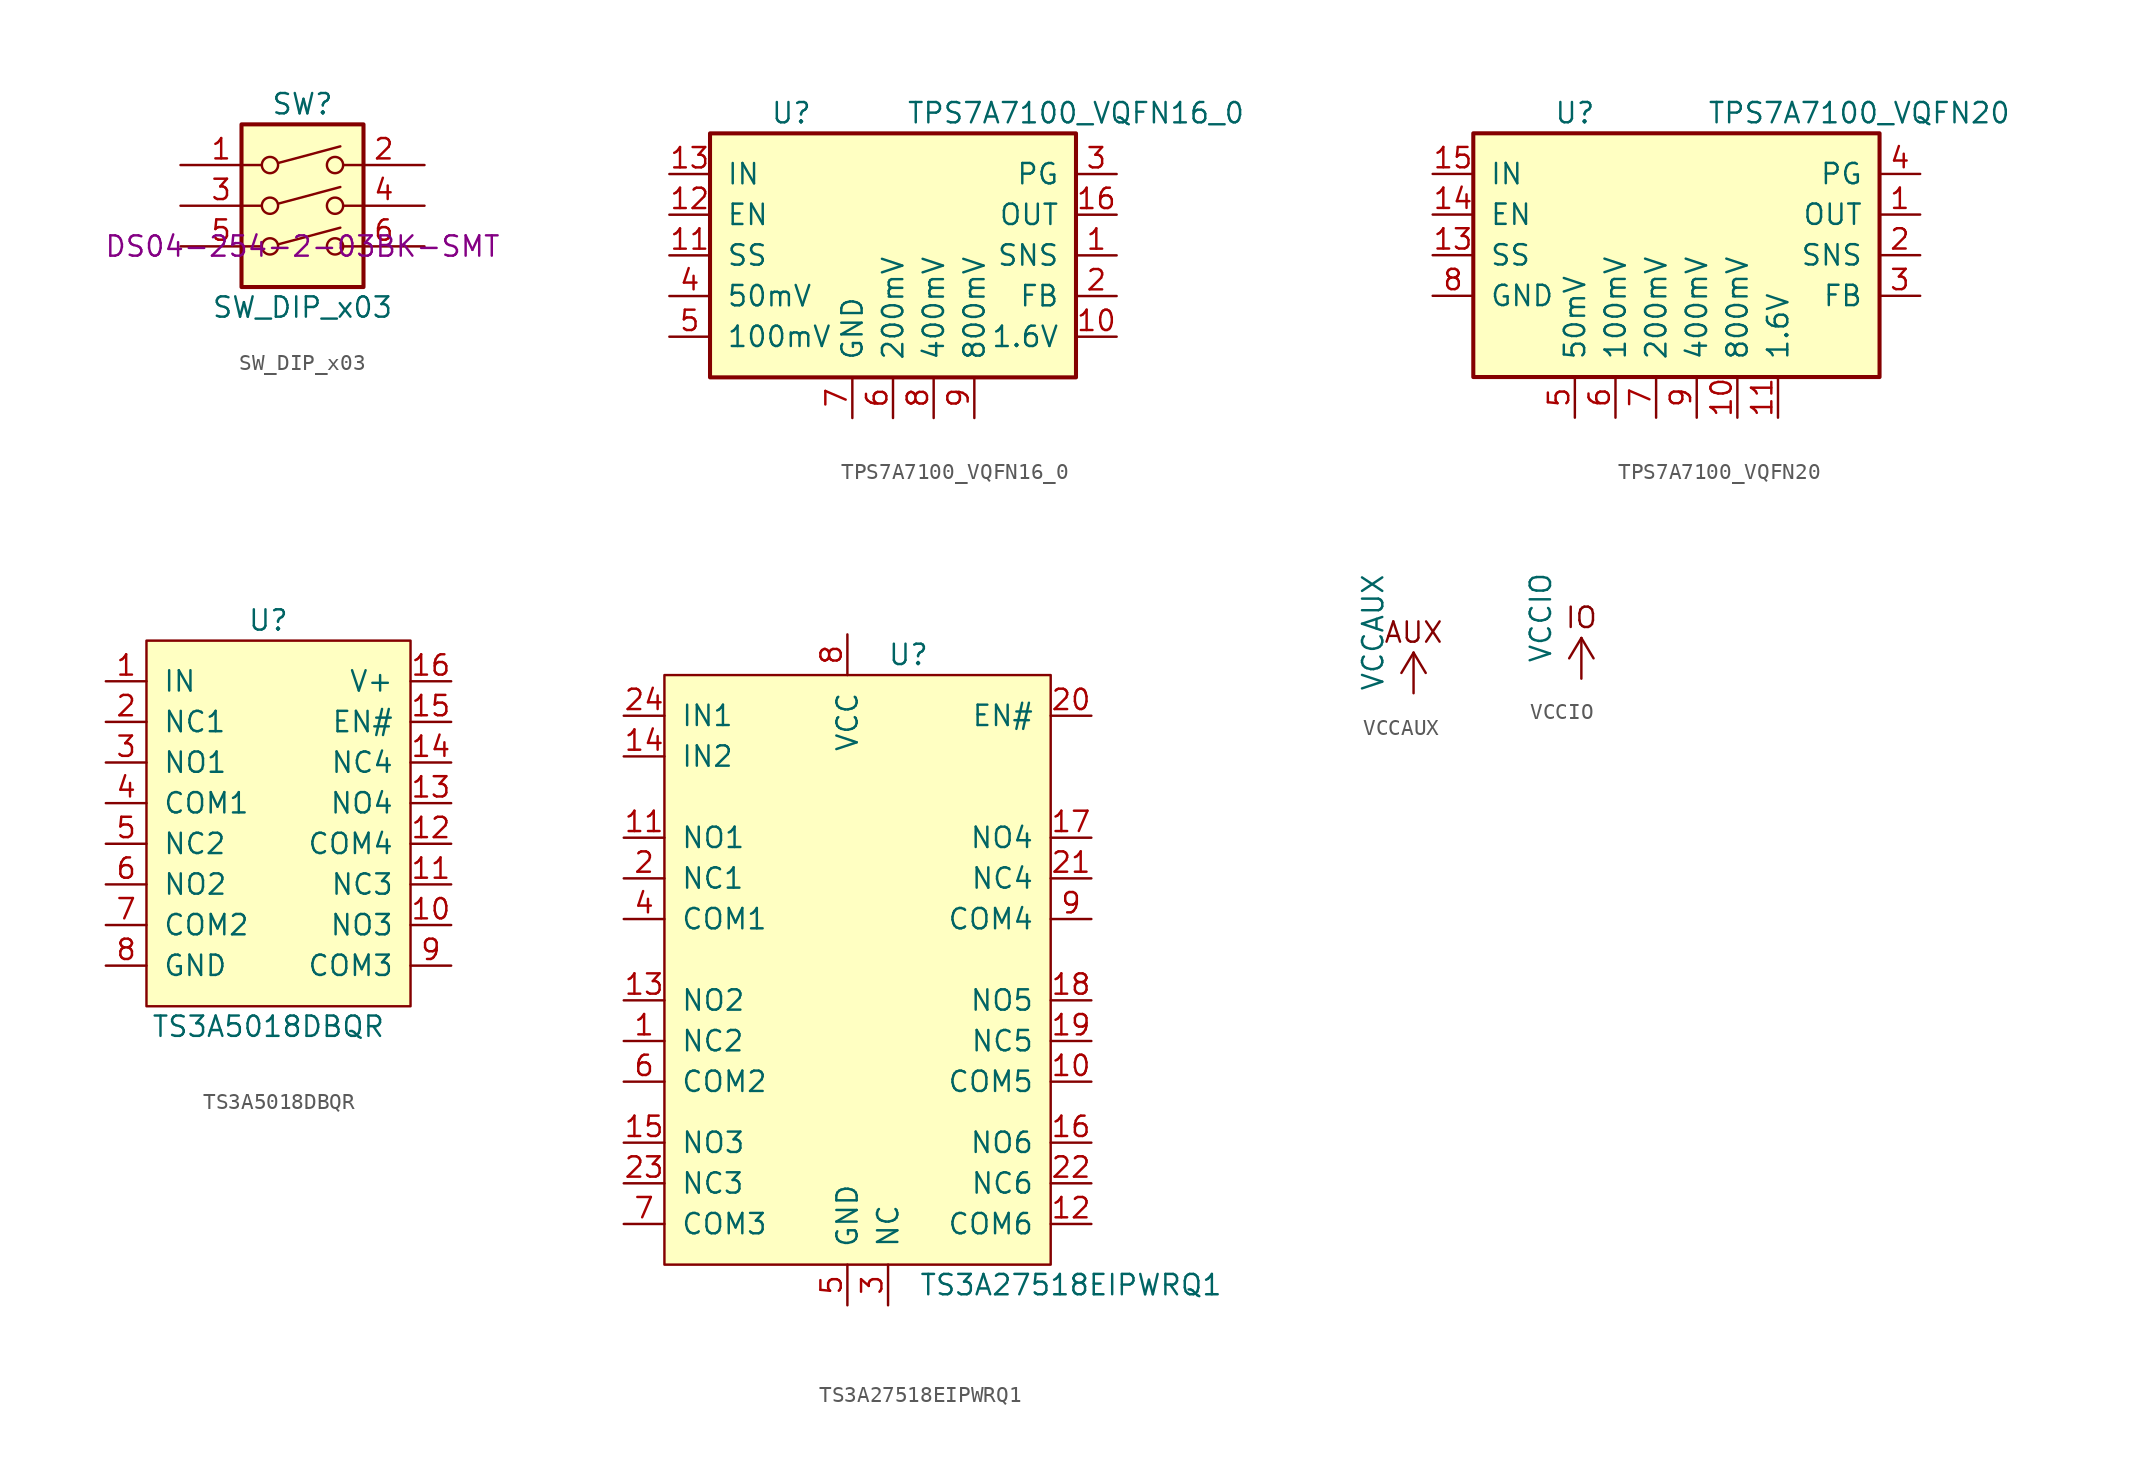
<source format=kicad_sym>
(kicad_symbol_lib
  (version 20211014)
  (generator kicad_symbol_editor)
  (symbol "SW_DIP_x03"
    (pin_names
      (offset 0) hide)
    (property "Reference" "SW"
      (at 0 8.89 0)
      (effects (font (size 1.27 1.27))))
    (property "Value" "SW_DIP_x03"
      (at 0 -3.81 0)
      (effects (font (size 1.27 1.27))))
    (property "MPN" "DS04-254-2-03BK-SMT"
      (at 0 0 0)
      (effects (font (size 1.27 1.27))))
    (symbol "SW_DIP_x03_0_0"
      (circle (center -2.032 0) (radius 0.508) (stroke (width 0) (type default) (color 0 0 0 0)) (fill (type none)))
      (circle (center -2.032 2.54) (radius 0.508) (stroke (width 0) (type default) (color 0 0 0 0)) (fill (type none)))
      (circle (center -2.032 5.08) (radius 0.508) (stroke (width 0) (type default) (color 0 0 0 0)) (fill (type none)))
      (polyline (pts (xy -1.524 0.127) (xy 2.362 1.168)) (stroke (width 0) (type default) (color 0 0 0 0)) (fill (type none)))
      (polyline (pts (xy -1.524 2.667) (xy 2.362 3.708)) (stroke (width 0) (type default) (color 0 0 0 0)) (fill (type none)))
      (polyline (pts (xy -1.524 5.207) (xy 2.362 6.248)) (stroke (width 0) (type default) (color 0 0 0 0)) (fill (type none)))
      (circle (center 2.032 0) (radius 0.508) (stroke (width 0) (type default) (color 0 0 0 0)) (fill (type none)))
      (circle (center 2.032 2.54) (radius 0.508) (stroke (width 0) (type default) (color 0 0 0 0)) (fill (type none)))
      (circle (center 2.032 5.08) (radius 0.508) (stroke (width 0) (type default) (color 0 0 0 0)) (fill (type none))))
    (symbol "SW_DIP_x03_0_1"
      (rectangle (start -3.81 7.62) (end 3.81 -2.54) (stroke (width 0.254) (type default) (color 0 0 0 0)) (fill (type background))))
    (symbol "SW_DIP_x03_1_1"
      (pin passive line (at -7.62 5.08 0) (length 5.08) (name "~" (effects (font (size 1.27 1.27)))) (number "1" (effects (font (size 1.27 1.27)))))
      (pin passive line (at 7.62 5.08 180) (length 5.08) (name "~" (effects (font (size 1.27 1.27)))) (number "2" (effects (font (size 1.27 1.27)))))
      (pin passive line (at -7.62 2.54 0) (length 5.08) (name "~" (effects (font (size 1.27 1.27)))) (number "3" (effects (font (size 1.27 1.27)))))
      (pin passive line (at 7.62 2.54 180) (length 5.08) (name "~" (effects (font (size 1.27 1.27)))) (number "4" (effects (font (size 1.27 1.27)))))
      (pin passive line (at -7.62 0 0) (length 5.08) (name "~" (effects (font (size 1.27 1.27)))) (number "5" (effects (font (size 1.27 1.27)))))
      (pin passive line (at 7.62 0 180) (length 5.08) (name "~" (effects (font (size 1.27 1.27)))) (number "6" (effects (font (size 1.27 1.27)))))))
  (symbol "TPS7A7100_VQFN16_0"
    (pin_names
      (offset 1.016))
    (property "Reference" "U"
      (at -6.35 8.89 0)
      (effects (font (size 1.27 1.27))))
    (property "Value" "TPS7A7100_VQFN16_0"
      (at 11.43 8.89 0)
      (effects (font (size 1.27 1.27))))
    (symbol "TPS7A7100_VQFN16_0_0_1"
      (rectangle (start -11.43 7.62) (end 11.43 -7.62) (stroke (width 0.254) (type default) (color 0 0 0 0)) (fill (type background))))
    (symbol "TPS7A7100_VQFN16_0_1_1"
      (pin input line (at 13.97 0 180) (length 2.54) (name "SNS" (effects (font (size 1.27 1.27)))) (number "1" (effects (font (size 1.27 1.27)))))
      (pin input line (at 13.97 -5.08 180) (length 2.54) (name "1.6V" (effects (font (size 1.27 1.27)))) (number "10" (effects (font (size 1.27 1.27)))))
      (pin input line (at -13.97 0 0) (length 2.54) (name "SS" (effects (font (size 1.27 1.27)))) (number "11" (effects (font (size 1.27 1.27)))))
      (pin input line (at -13.97 2.54 0) (length 2.54) (name "EN" (effects (font (size 1.27 1.27)))) (number "12" (effects (font (size 1.27 1.27)))))
      (pin power_in line (at -13.97 5.08 0) (length 2.54) (name "IN" (effects (font (size 1.27 1.27)))) (number "13" (effects (font (size 1.27 1.27)))))
      (pin passive line (at -13.97 5.08 0) (length 2.54) hide (name "IN" (effects (font (size 1.27 1.27)))) (number "14" (effects (font (size 1.27 1.27)))))
      (pin passive line (at 13.97 2.54 180) (length 2.54) hide (name "OUT" (effects (font (size 1.27 1.27)))) (number "15" (effects (font (size 1.27 1.27)))))
      (pin power_out line (at 13.97 2.54 180) (length 2.54) (name "OUT" (effects (font (size 1.27 1.27)))) (number "16" (effects (font (size 1.27 1.27)))))
      (pin input line (at 13.97 -2.54 180) (length 2.54) (name "FB" (effects (font (size 1.27 1.27)))) (number "2" (effects (font (size 1.27 1.27)))))
      (pin output line (at 13.97 5.08 180) (length 2.54) (name "PG" (effects (font (size 1.27 1.27)))) (number "3" (effects (font (size 1.27 1.27)))))
      (pin input line (at -13.97 -2.54 0) (length 2.54) (name "50mV" (effects (font (size 1.27 1.27)))) (number "4" (effects (font (size 1.27 1.27)))))
      (pin input line (at -13.97 -5.08 0) (length 2.54) (name "100mV" (effects (font (size 1.27 1.27)))) (number "5" (effects (font (size 1.27 1.27)))))
      (pin input line (at 0 -10.16 90) (length 2.54) (name "200mV" (effects (font (size 1.27 1.27)))) (number "6" (effects (font (size 1.27 1.27)))))
      (pin power_in line (at -2.54 -10.16 90) (length 2.54) (name "GND" (effects (font (size 1.27 1.27)))) (number "7" (effects (font (size 1.27 1.27)))))
      (pin input line (at 2.54 -10.16 90) (length 2.54) (name "400mV" (effects (font (size 1.27 1.27)))) (number "8" (effects (font (size 1.27 1.27)))))
      (pin input line (at 5.08 -10.16 90) (length 2.54) (name "800mV" (effects (font (size 1.27 1.27)))) (number "9" (effects (font (size 1.27 1.27)))))))
  (symbol "TPS7A7100_VQFN20"
    (pin_names
      (offset 1.016))
    (property "Reference" "U"
      (at -6.35 8.89 0)
      (effects (font (size 1.27 1.27))))
    (property "Value" "TPS7A7100_VQFN20"
      (at 11.43 8.89 0)
      (effects (font (size 1.27 1.27))))
    (symbol "TPS7A7100_VQFN20_0_1"
      (rectangle (start -12.7 7.62) (end 12.7 -7.62) (stroke (width 0.254) (type default) (color 0 0 0 0)) (fill (type background))))
    (symbol "TPS7A7100_VQFN20_1_1"
      (pin power_out line (at 15.24 2.54 180) (length 2.54) (name "OUT" (effects (font (size 1.27 1.27)))) (number "1" (effects (font (size 1.27 1.27)))))
      (pin input line (at 3.81 -10.16 90) (length 2.54) (name "800mV" (effects (font (size 1.27 1.27)))) (number "10" (effects (font (size 1.27 1.27)))))
      (pin input line (at 6.35 -10.16 90) (length 2.54) (name "1.6V" (effects (font (size 1.27 1.27)))) (number "11" (effects (font (size 1.27 1.27)))))
      (pin power_in line (at -15.24 -5.08 0) (length 2.54) hide (name "GND" (effects (font (size 1.27 1.27)))) (number "12" (effects (font (size 1.27 1.27)))))
      (pin input line (at -15.24 0 0) (length 2.54) (name "SS" (effects (font (size 1.27 1.27)))) (number "13" (effects (font (size 1.27 1.27)))))
      (pin input line (at -15.24 2.54 0) (length 2.54) (name "EN" (effects (font (size 1.27 1.27)))) (number "14" (effects (font (size 1.27 1.27)))))
      (pin power_in line (at -15.24 5.08 0) (length 2.54) (name "IN" (effects (font (size 1.27 1.27)))) (number "15" (effects (font (size 1.27 1.27)))))
      (pin power_in line (at -15.24 5.08 0) (length 2.54) hide (name "IN" (effects (font (size 1.27 1.27)))) (number "16" (effects (font (size 1.27 1.27)))))
      (pin power_in line (at -15.24 5.08 0) (length 2.54) hide (name "IN" (effects (font (size 1.27 1.27)))) (number "17" (effects (font (size 1.27 1.27)))))
      (pin power_in line (at -15.24 -2.54 0) (length 2.54) hide (name "GND" (effects (font (size 1.27 1.27)))) (number "18" (effects (font (size 1.27 1.27)))))
      (pin power_out line (at 15.24 2.54 180) (length 2.54) hide (name "OUT" (effects (font (size 1.27 1.27)))) (number "19" (effects (font (size 1.27 1.27)))))
      (pin input line (at 15.24 0 180) (length 2.54) (name "SNS" (effects (font (size 1.27 1.27)))) (number "2" (effects (font (size 1.27 1.27)))))
      (pin power_out line (at 15.24 2.54 180) (length 2.54) hide (name "OUT" (effects (font (size 1.27 1.27)))) (number "20" (effects (font (size 1.27 1.27)))))
      (pin power_in line (at -15.24 -2.54 0) (length 2.54) hide (name "GND" (effects (font (size 1.27 1.27)))) (number "21" (effects (font (size 1.27 1.27)))))
      (pin input line (at 15.24 -2.54 180) (length 2.54) (name "FB" (effects (font (size 1.27 1.27)))) (number "3" (effects (font (size 1.27 1.27)))))
      (pin output line (at 15.24 5.08 180) (length 2.54) (name "PG" (effects (font (size 1.27 1.27)))) (number "4" (effects (font (size 1.27 1.27)))))
      (pin input line (at -6.35 -10.16 90) (length 2.54) (name "50mV" (effects (font (size 1.27 1.27)))) (number "5" (effects (font (size 1.27 1.27)))))
      (pin input line (at -3.81 -10.16 90) (length 2.54) (name "100mV" (effects (font (size 1.27 1.27)))) (number "6" (effects (font (size 1.27 1.27)))))
      (pin input line (at -1.27 -10.16 90) (length 2.54) (name "200mV" (effects (font (size 1.27 1.27)))) (number "7" (effects (font (size 1.27 1.27)))))
      (pin power_in line (at -15.24 -2.54 0) (length 2.54) (name "GND" (effects (font (size 1.27 1.27)))) (number "8" (effects (font (size 1.27 1.27)))))
      (pin input line (at 1.27 -10.16 90) (length 2.54) (name "400mV" (effects (font (size 1.27 1.27)))) (number "9" (effects (font (size 1.27 1.27)))))))
  (symbol "TS3A5018DBQR"
    (pin_names
      (offset 1.016))
    (property "Reference" "U"
      (at 7.62 1.27 0)
      (effects (font (size 1.27 1.27))))
    (property "Value" "TS3A5018DBQR"
      (at 7.62 -24.13 0)
      (effects (font (size 1.27 1.27))))
    (symbol "TS3A5018DBQR_0_1"
      (rectangle (start 0 0) (end 16.51 -22.86) (stroke (width 0) (type default) (color 0 0 0 0)) (fill (type background))))
    (symbol "TS3A5018DBQR_1_1"
      (pin passive line (at -2.54 -2.54 0) (length 2.54) (name "IN" (effects (font (size 1.27 1.27)))) (number "1" (effects (font (size 1.27 1.27)))))
      (pin passive line (at 19.05 -17.78 180) (length 2.54) (name "NO3" (effects (font (size 1.27 1.27)))) (number "10" (effects (font (size 1.27 1.27)))))
      (pin passive line (at 19.05 -15.24 180) (length 2.54) (name "NC3" (effects (font (size 1.27 1.27)))) (number "11" (effects (font (size 1.27 1.27)))))
      (pin passive line (at 19.05 -12.7 180) (length 2.54) (name "COM4" (effects (font (size 1.27 1.27)))) (number "12" (effects (font (size 1.27 1.27)))))
      (pin passive line (at 19.05 -10.16 180) (length 2.54) (name "NO4" (effects (font (size 1.27 1.27)))) (number "13" (effects (font (size 1.27 1.27)))))
      (pin passive line (at 19.05 -7.62 180) (length 2.54) (name "NC4" (effects (font (size 1.27 1.27)))) (number "14" (effects (font (size 1.27 1.27)))))
      (pin passive line (at 19.05 -5.08 180) (length 2.54) (name "EN#" (effects (font (size 1.27 1.27)))) (number "15" (effects (font (size 1.27 1.27)))))
      (pin passive line (at 19.05 -2.54 180) (length 2.54) (name "V+" (effects (font (size 1.27 1.27)))) (number "16" (effects (font (size 1.27 1.27)))))
      (pin passive line (at -2.54 -5.08 0) (length 2.54) (name "NC1" (effects (font (size 1.27 1.27)))) (number "2" (effects (font (size 1.27 1.27)))))
      (pin passive line (at -2.54 -7.62 0) (length 2.54) (name "NO1" (effects (font (size 1.27 1.27)))) (number "3" (effects (font (size 1.27 1.27)))))
      (pin passive line (at -2.54 -10.16 0) (length 2.54) (name "COM1" (effects (font (size 1.27 1.27)))) (number "4" (effects (font (size 1.27 1.27)))))
      (pin passive line (at -2.54 -12.7 0) (length 2.54) (name "NC2" (effects (font (size 1.27 1.27)))) (number "5" (effects (font (size 1.27 1.27)))))
      (pin passive line (at -2.54 -15.24 0) (length 2.54) (name "NO2" (effects (font (size 1.27 1.27)))) (number "6" (effects (font (size 1.27 1.27)))))
      (pin passive line (at -2.54 -17.78 0) (length 2.54) (name "COM2" (effects (font (size 1.27 1.27)))) (number "7" (effects (font (size 1.27 1.27)))))
      (pin passive line (at -2.54 -20.32 0) (length 2.54) (name "GND" (effects (font (size 1.27 1.27)))) (number "8" (effects (font (size 1.27 1.27)))))
      (pin passive line (at 19.05 -20.32 180) (length 2.54) (name "COM3" (effects (font (size 1.27 1.27)))) (number "9" (effects (font (size 1.27 1.27)))))))
  (symbol "TS3A27518EIPWRQ1"
    (pin_names
      (offset 1.016))
    (property "Reference" "U"
      (at 15.24 1.27 0)
      (effects (font (size 1.27 1.27))))
    (property "Value" "TS3A27518EIPWRQ1"
      (at 25.4 -38.1 0)
      (effects (font (size 1.27 1.27))))
    (symbol "TS3A27518EIPWRQ1_0_1"
      (rectangle (start 0 0) (end 24.13 -36.83) (stroke (width 0) (type default) (color 0 0 0 0)) (fill (type background))))
    (symbol "TS3A27518EIPWRQ1_1_1"
      (pin passive line (at -2.54 -22.86 0) (length 2.54) (name "NC2" (effects (font (size 1.27 1.27)))) (number "1" (effects (font (size 1.27 1.27)))))
      (pin passive line (at 26.67 -25.4 180) (length 2.54) (name "COM5" (effects (font (size 1.27 1.27)))) (number "10" (effects (font (size 1.27 1.27)))))
      (pin passive line (at -2.54 -10.16 0) (length 2.54) (name "NO1" (effects (font (size 1.27 1.27)))) (number "11" (effects (font (size 1.27 1.27)))))
      (pin passive line (at 26.67 -34.29 180) (length 2.54) (name "COM6" (effects (font (size 1.27 1.27)))) (number "12" (effects (font (size 1.27 1.27)))))
      (pin passive line (at -2.54 -20.32 0) (length 2.54) (name "NO2" (effects (font (size 1.27 1.27)))) (number "13" (effects (font (size 1.27 1.27)))))
      (pin passive line (at -2.54 -5.08 0) (length 2.54) (name "IN2" (effects (font (size 1.27 1.27)))) (number "14" (effects (font (size 1.27 1.27)))))
      (pin passive line (at -2.54 -29.21 0) (length 2.54) (name "NO3" (effects (font (size 1.27 1.27)))) (number "15" (effects (font (size 1.27 1.27)))))
      (pin passive line (at 26.67 -29.21 180) (length 2.54) (name "NO6" (effects (font (size 1.27 1.27)))) (number "16" (effects (font (size 1.27 1.27)))))
      (pin passive line (at 26.67 -10.16 180) (length 2.54) (name "NO4" (effects (font (size 1.27 1.27)))) (number "17" (effects (font (size 1.27 1.27)))))
      (pin passive line (at 26.67 -20.32 180) (length 2.54) (name "NO5" (effects (font (size 1.27 1.27)))) (number "18" (effects (font (size 1.27 1.27)))))
      (pin passive line (at 26.67 -22.86 180) (length 2.54) (name "NC5" (effects (font (size 1.27 1.27)))) (number "19" (effects (font (size 1.27 1.27)))))
      (pin passive line (at -2.54 -12.7 0) (length 2.54) (name "NC1" (effects (font (size 1.27 1.27)))) (number "2" (effects (font (size 1.27 1.27)))))
      (pin passive line (at 26.67 -2.54 180) (length 2.54) (name "EN#" (effects (font (size 1.27 1.27)))) (number "20" (effects (font (size 1.27 1.27)))))
      (pin passive line (at 26.67 -12.7 180) (length 2.54) (name "NC4" (effects (font (size 1.27 1.27)))) (number "21" (effects (font (size 1.27 1.27)))))
      (pin passive line (at 26.67 -31.75 180) (length 2.54) (name "NC6" (effects (font (size 1.27 1.27)))) (number "22" (effects (font (size 1.27 1.27)))))
      (pin passive line (at -2.54 -31.75 0) (length 2.54) (name "NC3" (effects (font (size 1.27 1.27)))) (number "23" (effects (font (size 1.27 1.27)))))
      (pin passive line (at -2.54 -2.54 0) (length 2.54) (name "IN1" (effects (font (size 1.27 1.27)))) (number "24" (effects (font (size 1.27 1.27)))))
      (pin passive line (at 13.97 -39.37 90) (length 2.54) (name "NC" (effects (font (size 1.27 1.27)))) (number "3" (effects (font (size 1.27 1.27)))))
      (pin passive line (at -2.54 -15.24 0) (length 2.54) (name "COM1" (effects (font (size 1.27 1.27)))) (number "4" (effects (font (size 1.27 1.27)))))
      (pin passive line (at 11.43 -39.37 90) (length 2.54) (name "GND" (effects (font (size 1.27 1.27)))) (number "5" (effects (font (size 1.27 1.27)))))
      (pin passive line (at -2.54 -25.4 0) (length 2.54) (name "COM2" (effects (font (size 1.27 1.27)))) (number "6" (effects (font (size 1.27 1.27)))))
      (pin passive line (at -2.54 -34.29 0) (length 2.54) (name "COM3" (effects (font (size 1.27 1.27)))) (number "7" (effects (font (size 1.27 1.27)))))
      (pin passive line (at 11.43 2.54 270) (length 2.54) (name "VCC" (effects (font (size 1.27 1.27)))) (number "8" (effects (font (size 1.27 1.27)))))
      (pin passive line (at 26.67 -15.24 180) (length 2.54) (name "COM4" (effects (font (size 1.27 1.27)))) (number "9" (effects (font (size 1.27 1.27)))))))
  (symbol "VCCAUX"
    (power)
    (pin_names
      (offset 0))
    (property "Reference" "#PWR"
      (at 0 -3.81 0)
      (effects (font (size 1.27 1.27)) hide))
    (property "Value" "VCCAUX"
      (at -2.54 3.81 90)
      (effects (font (size 1.27 1.27))))
    (symbol "VCCAUX_0_0"
      (text "AUX" (at 0 3.81 0) (effects (font (size 1.27 1.27)))))
    (symbol "VCCAUX_0_1"
      (polyline (pts (xy -0.762 1.27) (xy 0 2.54)) (stroke (width 0) (type default) (color 0 0 0 0)) (fill (type none)))
      (polyline (pts (xy 0 0) (xy 0 2.54)) (stroke (width 0) (type default) (color 0 0 0 0)) (fill (type none)))
      (polyline (pts (xy 0 2.54) (xy 0.762 1.27)) (stroke (width 0) (type default) (color 0 0 0 0)) (fill (type none))))
    (symbol "VCCAUX_1_1"
      (pin power_in line (at 0 0 90) (length 0) hide (name "VCCAUX" (effects (font (size 1.27 1.27)))) (number "1" (effects (font (size 1.27 1.27)))))))
  (symbol "VCCIO"
    (power)
    (pin_names
      (offset 0))
    (property "Reference" "#PWR"
      (at 0 -3.81 0)
      (effects (font (size 1.27 1.27)) hide))
    (property "Value" "VCCIO"
      (at -2.54 3.81 90)
      (effects (font (size 1.27 1.27))))
    (symbol "VCCIO_0_0"
      (text "IO" (at 0 3.81 0) (effects (font (size 1.27 1.27)))))
    (symbol "VCCIO_0_1"
      (polyline (pts (xy -0.762 1.27) (xy 0 2.54)) (stroke (width 0) (type default) (color 0 0 0 0)) (fill (type none)))
      (polyline (pts (xy 0 0) (xy 0 2.54)) (stroke (width 0) (type default) (color 0 0 0 0)) (fill (type none)))
      (polyline (pts (xy 0 2.54) (xy 0.762 1.27)) (stroke (width 0) (type default) (color 0 0 0 0)) (fill (type none))))
    (symbol "VCCIO_1_1"
      (pin power_in line (at 0 0 90) (length 0) hide (name "VCCIO" (effects (font (size 1.27 1.27)))) (number "1" (effects (font (size 1.27 1.27))))))))
</source>
